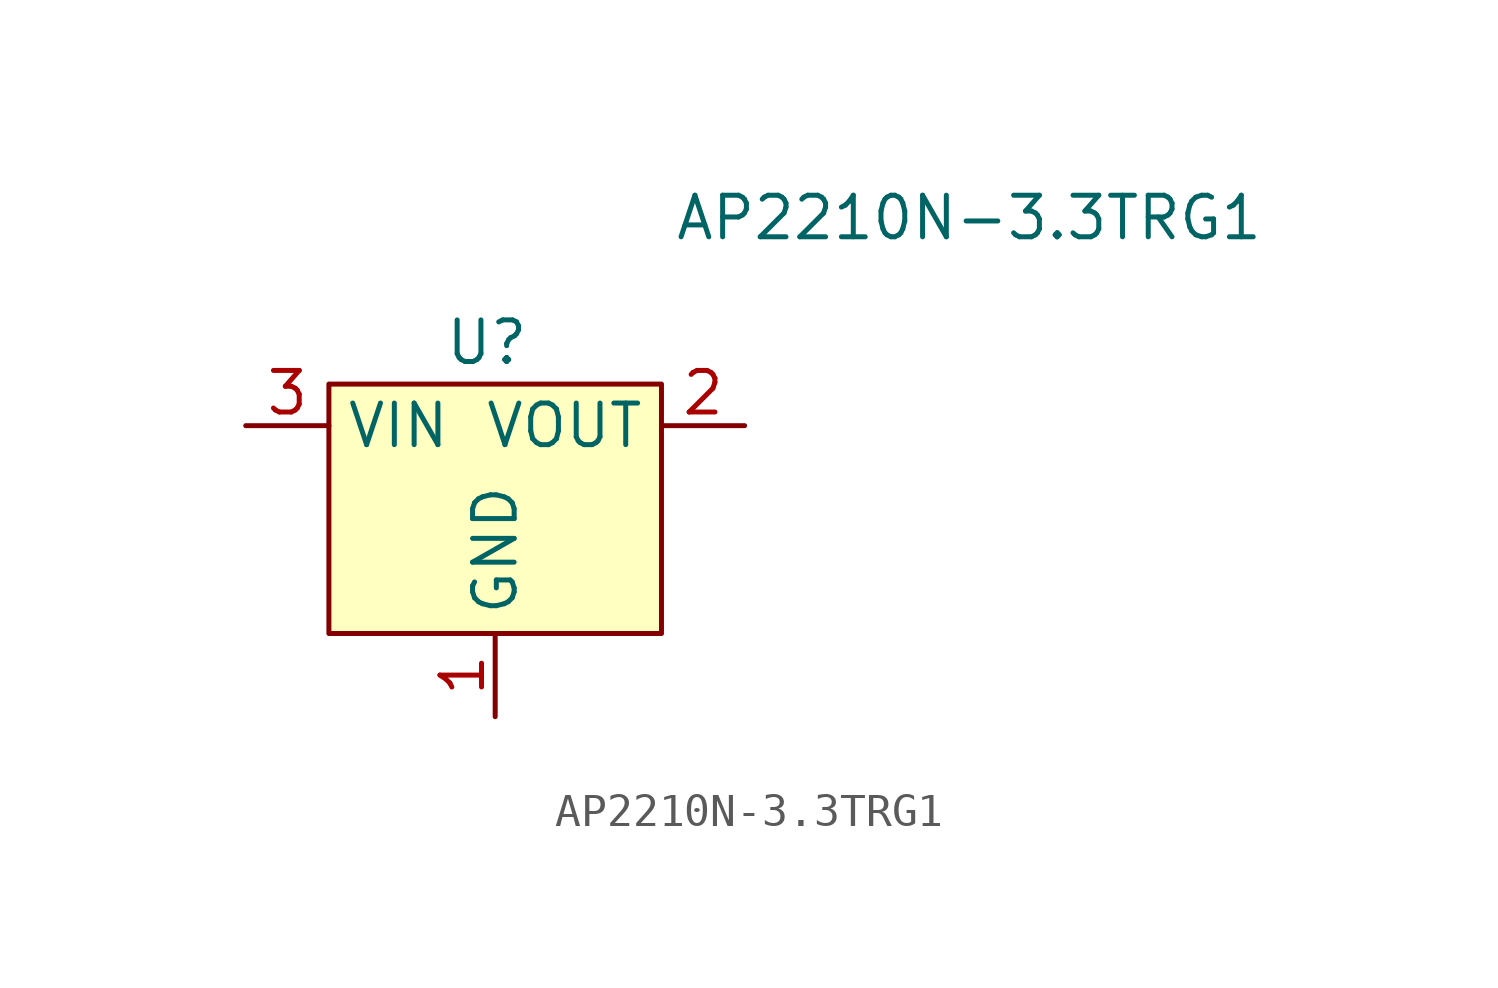
<source format=kicad_sym>
(kicad_symbol_lib
  (version 20231120)
  (generator "kicad_symbol_editor")
  (generator_version "8.0")
  (symbol "AP2210N-3.3TRG1"
    (property "Reference" "U"
      (at -0.254 5.08 0)
      (effects (font (size 1.27 1.27))))
    (property "Value" "AP2210N-3.3TRG1"
      (at 14.478 8.89 0)
      (effects (font (size 1.27 1.27))))
    (symbol "AP2210N-3.3TRG1_1_1"
      (rectangle (start -5.08 3.81) (end 5.08 -3.81) (stroke (width 0) (type default)) (fill (type background)))
      (pin power_in line (at 0 -6.35 90) (length 2.54) (name "GND" (effects (font (size 1.27 1.27)))) (number "1" (effects (font (size 1.27 1.27)))))
      (pin power_out line (at 7.62 2.54 180) (length 2.54) (name "VOUT" (effects (font (size 1.27 1.27)))) (number "2" (effects (font (size 1.27 1.27)))))
      (pin power_in line (at -7.62 2.54 0) (length 2.54) (name "VIN" (effects (font (size 1.27 1.27)))) (number "3" (effects (font (size 1.27 1.27))))))))
</source>
